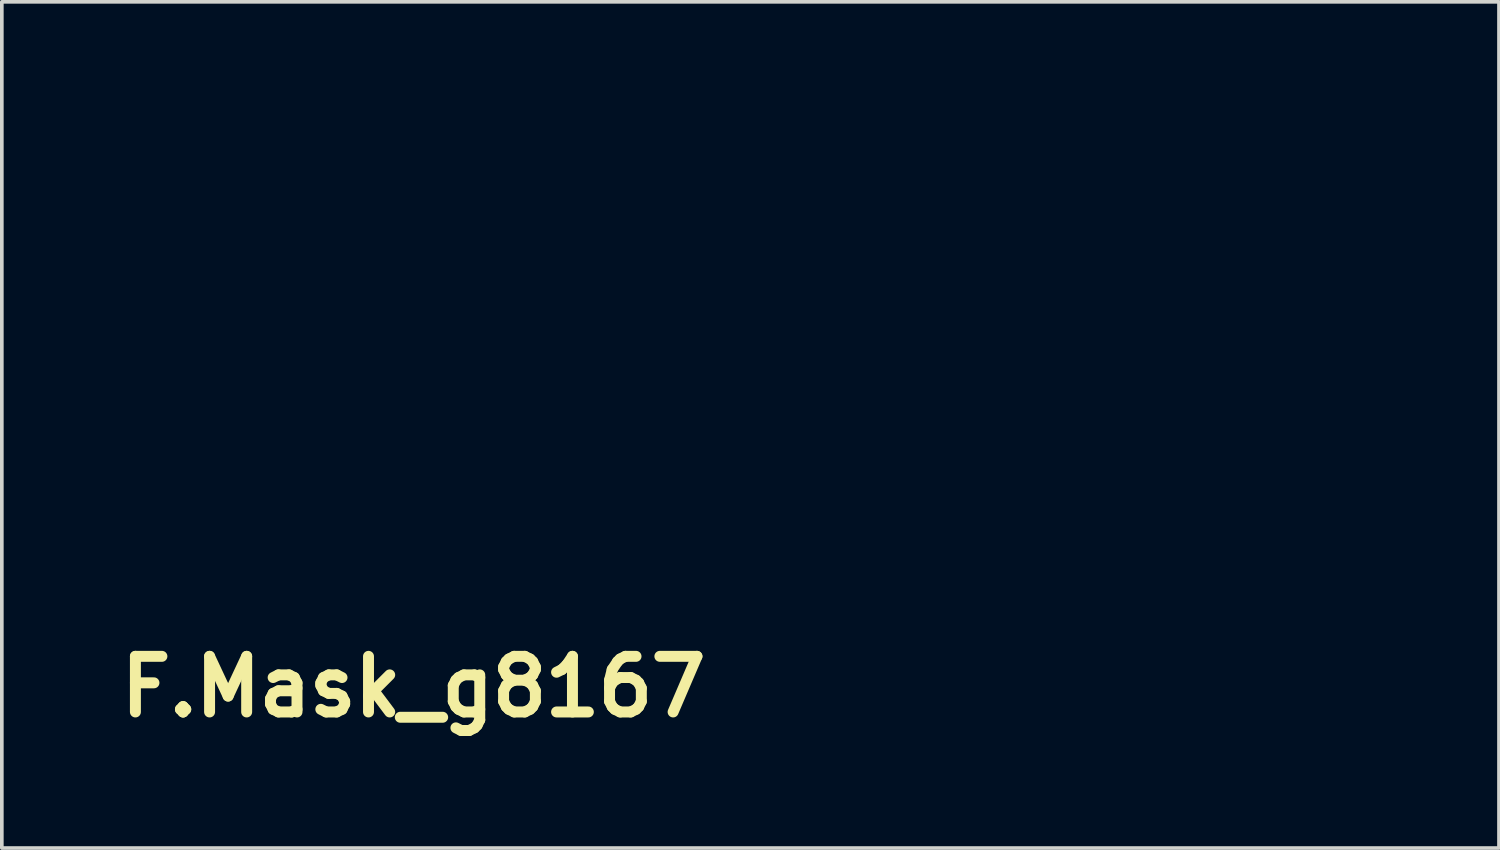
<source format=kicad_pcb>
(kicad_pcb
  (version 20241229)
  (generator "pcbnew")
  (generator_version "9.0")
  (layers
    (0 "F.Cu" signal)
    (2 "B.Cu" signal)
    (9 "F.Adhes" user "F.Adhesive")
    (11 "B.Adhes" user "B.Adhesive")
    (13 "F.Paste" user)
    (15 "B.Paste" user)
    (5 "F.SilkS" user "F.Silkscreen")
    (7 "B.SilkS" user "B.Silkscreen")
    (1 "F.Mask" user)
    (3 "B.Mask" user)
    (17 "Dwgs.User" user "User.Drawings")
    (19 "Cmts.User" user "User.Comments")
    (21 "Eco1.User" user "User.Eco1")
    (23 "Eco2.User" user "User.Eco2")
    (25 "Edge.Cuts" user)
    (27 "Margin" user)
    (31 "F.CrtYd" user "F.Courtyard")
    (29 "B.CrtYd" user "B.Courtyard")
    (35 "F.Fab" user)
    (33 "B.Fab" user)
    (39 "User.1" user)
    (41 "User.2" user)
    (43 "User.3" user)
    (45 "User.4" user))
  (footprint "F.Mask_g8167"
    (layer "F.Cu")
    (at 8.28 15.767)
    (property "Reference" "F.Mask_g8167" (at 0 0 0) (layer "F.SilkS") (effects (font (size 1.524 1.524) (thickness 0.3))))
    (attr through_hole)
    (fp_poly (pts (xy 14.835 -15.505) (xy 14.848 -15.434) (xy 14.872 -15.289) (xy 14.908 -15.076) (xy 14.953 -14.804) (xy 15.006 -14.48) (xy 15.066 -14.11) (xy 15.132 -13.702) (xy 15.203 -13.264) (xy 15.278 -12.803) (xy 15.355 -12.326) (xy 15.434 -11.84) (xy 15.512 -11.353) (xy 15.589 -10.871) (xy 15.664 -10.403) (xy 15.736 -9.956) (xy 15.803 -9.536) (xy 15.864 -9.152) (xy 15.918 -8.81) (xy 15.964 -8.518) (xy 16.001 -8.283) (xy 16.027 -8.112) (xy 16.042 -8.013) (xy 16.044 -7.991) (xy 16.039 -7.961) (xy 16.013 -7.941) (xy 15.955 -7.928) (xy 15.853 -7.922) (xy 15.693 -7.922) (xy 15.462 -7.925) (xy 15.421 -7.926) (xy 14.798 -7.938) (xy 14.66 -8.911) (xy 14.62 -9.194) (xy 14.582 -9.452) (xy 14.549 -9.674) (xy 14.522 -9.845) (xy 14.504 -9.953) (xy 14.499 -9.98) (xy 14.476 -10.075) (xy 10.435 -10.072) (xy 9.675 -8.994) (xy 8.915 -7.916) (xy 7.612 -7.916) (xy 7.69 -8.036) (xy 7.725 -8.086) (xy 7.806 -8.2) (xy 7.931 -8.373) (xy 8.095 -8.601) (xy 8.296 -8.879) (xy 8.53 -9.203) (xy 8.793 -9.568) (xy 9.084 -9.969) (xy 9.397 -10.402) (xy 9.73 -10.862) (xy 9.774 -10.922) (xy 11.042 -10.922) (xy 14.358 -10.922) (xy 14.334 -11.038) (xy 14.323 -11.105) (xy 14.301 -11.245) (xy 14.268 -11.45) (xy 14.228 -11.71) (xy 14.181 -12.015) (xy 14.129 -12.356) (xy 14.073 -12.722) (xy 14.054 -12.848) (xy 13.997 -13.219) (xy 13.943 -13.565) (xy 13.893 -13.878) (xy 13.85 -14.147) (xy 13.814 -14.364) (xy 13.787 -14.519) (xy 13.77 -14.602) (xy 13.767 -14.613) (xy 13.746 -14.612) (xy 13.699 -14.568) (xy 13.621 -14.479) (xy 13.511 -14.339) (xy 13.365 -14.147) (xy 13.181 -13.897) (xy 12.955 -13.587) (xy 12.686 -13.213) (xy 12.523 -12.983) (xy 12.278 -12.641) (xy 12.044 -12.314) (xy 11.827 -12.01) (xy 11.632 -11.737) (xy 11.464 -11.503) (xy 11.328 -11.314) (xy 11.231 -11.179) (xy 11.177 -11.105) (xy 11.175 -11.102) (xy 11.042 -10.922) (xy 9.774 -10.922) (xy 10.08 -11.345) (xy 10.443 -11.846) (xy 10.474 -11.889) (xy 13.18 -15.621) (xy 14.81 -15.621) (xy 14.835 -15.505)) (stroke (width 0.01) (type solid)) (fill yes) (layer "F.Mask"))
    (fp_poly (pts (xy 23.956 -15.721) (xy 24.512 -15.622) (xy 25.018 -15.466) (xy 25.466 -15.254) (xy 25.711 -15.097) (xy 26.044 -14.819) (xy 26.307 -14.51) (xy 26.514 -14.153) (xy 26.637 -13.848) (xy 26.672 -13.736) (xy 26.698 -13.629) (xy 26.716 -13.51) (xy 26.726 -13.361) (xy 26.732 -13.166) (xy 26.733 -12.908) (xy 26.733 -12.827) (xy 26.732 -12.518) (xy 26.724 -12.271) (xy 26.706 -12.063) (xy 26.676 -11.872) (xy 26.629 -11.674) (xy 26.563 -11.447) (xy 26.496 -11.236) (xy 26.275 -10.668) (xy 25.992 -10.149) (xy 25.641 -9.668) (xy 25.275 -9.271) (xy 24.78 -8.84) (xy 24.244 -8.483) (xy 23.665 -8.197) (xy 23.04 -7.982) (xy 22.583 -7.876) (xy 22.268 -7.827) (xy 21.904 -7.793) (xy 21.52 -7.772) (xy 21.146 -7.767) (xy 20.81 -7.779) (xy 20.664 -7.792) (xy 20.091 -7.889) (xy 19.578 -8.042) (xy 19.124 -8.25) (xy 18.733 -8.513) (xy 18.405 -8.828) (xy 18.143 -9.196) (xy 17.947 -9.614) (xy 17.879 -9.824) (xy 17.842 -10.018) (xy 17.818 -10.273) (xy 17.806 -10.568) (xy 17.806 -10.715) (xy 19.105 -10.715) (xy 19.155 -10.262) (xy 19.274 -9.855) (xy 19.462 -9.495) (xy 19.566 -9.352) (xy 19.793 -9.13) (xy 20.086 -8.936) (xy 20.431 -8.78) (xy 20.811 -8.669) (xy 20.977 -8.638) (xy 21.214 -8.616) (xy 21.503 -8.611) (xy 21.817 -8.623) (xy 22.125 -8.649) (xy 22.398 -8.689) (xy 22.53 -8.717) (xy 23.061 -8.896) (xy 23.553 -9.147) (xy 24.002 -9.467) (xy 24.402 -9.851) (xy 24.748 -10.292) (xy 25.034 -10.788) (xy 25.17 -11.099) (xy 25.289 -11.463) (xy 25.375 -11.862) (xy 25.428 -12.275) (xy 25.446 -12.683) (xy 25.428 -13.065) (xy 25.373 -13.401) (xy 25.335 -13.534) (xy 25.176 -13.9) (xy 24.964 -14.207) (xy 24.693 -14.456) (xy 24.36 -14.654) (xy 23.959 -14.803) (xy 23.89 -14.822) (xy 23.578 -14.882) (xy 23.216 -14.913) (xy 22.832 -14.914) (xy 22.457 -14.887) (xy 22.118 -14.831) (xy 22.085 -14.823) (xy 21.543 -14.65) (xy 21.047 -14.407) (xy 20.599 -14.099) (xy 20.203 -13.729) (xy 19.863 -13.301) (xy 19.58 -12.82) (xy 19.359 -12.288) (xy 19.203 -11.71) (xy 19.126 -11.212) (xy 19.105 -10.715) (xy 17.806 -10.715) (xy 17.806 -10.879) (xy 17.819 -11.186) (xy 17.845 -11.464) (xy 17.881 -11.684) (xy 18.064 -12.33) (xy 18.316 -12.929) (xy 18.634 -13.481) (xy 19.014 -13.98) (xy 19.452 -14.424) (xy 19.945 -14.811) (xy 20.489 -15.136) (xy 21.08 -15.396) (xy 21.715 -15.589) (xy 22.389 -15.712) (xy 22.712 -15.744) (xy 23.354 -15.762) (xy 23.956 -15.721)) (stroke (width 0.01) (type solid)) (fill yes) (layer "F.Mask"))
    (fp_poly (pts (xy 5.733 -15.716) (xy 6.386 -15.638) (xy 6.726 -15.576) (xy 6.97 -15.523) (xy 7.219 -15.461) (xy 7.461 -15.396) (xy 7.681 -15.332) (xy 7.864 -15.272) (xy 7.997 -15.221) (xy 8.065 -15.183) (xy 8.071 -15.176) (xy 8.067 -15.12) (xy 8.047 -15.002) (xy 8.013 -14.842) (xy 7.972 -14.661) (xy 7.927 -14.477) (xy 7.884 -14.312) (xy 7.847 -14.185) (xy 7.821 -14.116) (xy 7.817 -14.11) (xy 7.773 -14.119) (xy 7.668 -14.16) (xy 7.518 -14.227) (xy 7.338 -14.313) (xy 7.316 -14.323) (xy 6.727 -14.574) (xy 6.127 -14.751) (xy 5.502 -14.857) (xy 4.841 -14.894) (xy 4.53 -14.889) (xy 4.163 -14.868) (xy 3.858 -14.833) (xy 3.594 -14.779) (xy 3.349 -14.701) (xy 3.1 -14.595) (xy 3.061 -14.576) (xy 2.766 -14.4) (xy 2.534 -14.193) (xy 2.364 -13.965) (xy 2.258 -13.726) (xy 2.217 -13.484) (xy 2.24 -13.249) (xy 2.329 -13.029) (xy 2.483 -12.834) (xy 2.705 -12.674) (xy 2.923 -12.579) (xy 3.04 -12.546) (xy 3.225 -12.502) (xy 3.465 -12.451) (xy 3.742 -12.395) (xy 4.043 -12.337) (xy 4.274 -12.295) (xy 4.706 -12.217) (xy 5.064 -12.149) (xy 5.36 -12.089) (xy 5.605 -12.035) (xy 5.808 -11.982) (xy 5.981 -11.929) (xy 6.134 -11.874) (xy 6.279 -11.813) (xy 6.371 -11.769) (xy 6.665 -11.61) (xy 6.89 -11.444) (xy 7.062 -11.257) (xy 7.194 -11.041) (xy 7.268 -10.876) (xy 7.308 -10.733) (xy 7.322 -10.567) (xy 7.324 -10.475) (xy 7.283 -10.079) (xy 7.162 -9.702) (xy 6.966 -9.349) (xy 6.698 -9.022) (xy 6.36 -8.724) (xy 5.958 -8.459) (xy 5.494 -8.23) (xy 4.972 -8.04) (xy 4.466 -7.908) (xy 4.247 -7.872) (xy 3.962 -7.843) (xy 3.63 -7.821) (xy 3.27 -7.807) (xy 2.901 -7.802) (xy 2.541 -7.805) (xy 2.208 -7.817) (xy 1.923 -7.838) (xy 1.799 -7.853) (xy 1.572 -7.888) (xy 1.332 -7.929) (xy 1.121 -7.969) (xy 1.058 -7.982) (xy 0.895 -8.022) (xy 0.698 -8.076) (xy 0.482 -8.139) (xy 0.264 -8.207) (xy 0.06 -8.273) (xy -0.114 -8.333) (xy -0.243 -8.383) (xy -0.31 -8.416) (xy -0.315 -8.421) (xy -0.312 -8.471) (xy -0.291 -8.584) (xy -0.257 -8.742) (xy -0.214 -8.926) (xy -0.166 -9.118) (xy -0.119 -9.3) (xy -0.077 -9.453) (xy -0.043 -9.559) (xy -0.026 -9.598) (xy 0.017 -9.587) (xy 0.11 -9.537) (xy 0.235 -9.46) (xy 0.253 -9.448) (xy 0.681 -9.2) (xy 1.167 -8.992) (xy 1.719 -8.82) (xy 2.08 -8.734) (xy 2.314 -8.696) (xy 2.607 -8.67) (xy 2.936 -8.656) (xy 3.285 -8.652) (xy 3.631 -8.66) (xy 3.957 -8.678) (xy 4.242 -8.706) (xy 4.468 -8.745) (xy 4.508 -8.756) (xy 4.929 -8.898) (xy 5.282 -9.074) (xy 5.566 -9.282) (xy 5.776 -9.519) (xy 5.911 -9.783) (xy 5.967 -10.069) (xy 5.969 -10.127) (xy 5.949 -10.361) (xy 5.884 -10.559) (xy 5.769 -10.725) (xy 5.597 -10.865) (xy 5.361 -10.983) (xy 5.056 -11.083) (xy 4.674 -11.17) (xy 4.53 -11.197) (xy 4.058 -11.282) (xy 3.661 -11.354) (xy 3.331 -11.415) (xy 3.059 -11.468) (xy 2.837 -11.512) (xy 2.657 -11.552) (xy 2.51 -11.587) (xy 2.388 -11.62) (xy 2.282 -11.653) (xy 2.196 -11.683) (xy 1.797 -11.86) (xy 1.465 -12.072) (xy 1.203 -12.317) (xy 1.017 -12.59) (xy 1.008 -12.607) (xy 0.962 -12.713) (xy 0.933 -12.821) (xy 0.917 -12.954) (xy 0.911 -13.136) (xy 0.91 -13.25) (xy 0.912 -13.457) (xy 0.921 -13.607) (xy 0.943 -13.725) (xy 0.981 -13.838) (xy 1.042 -13.974) (xy 1.046 -13.982) (xy 1.246 -14.311) (xy 1.519 -14.62) (xy 1.858 -14.902) (xy 2.252 -15.152) (xy 2.692 -15.362) (xy 3.168 -15.526) (xy 3.261 -15.551) (xy 3.821 -15.663) (xy 4.432 -15.729) (xy 5.076 -15.746) (xy 5.733 -15.716)) (stroke (width 0.01) (type solid)) (fill yes) (layer "F.Mask")))
  (gr_rect
    (start -3 -3)
    (end 38.019 20.185)
    (stroke (width 0.1) (type default))
    (fill no)
    (layer "Edge.Cuts")))
</source>
